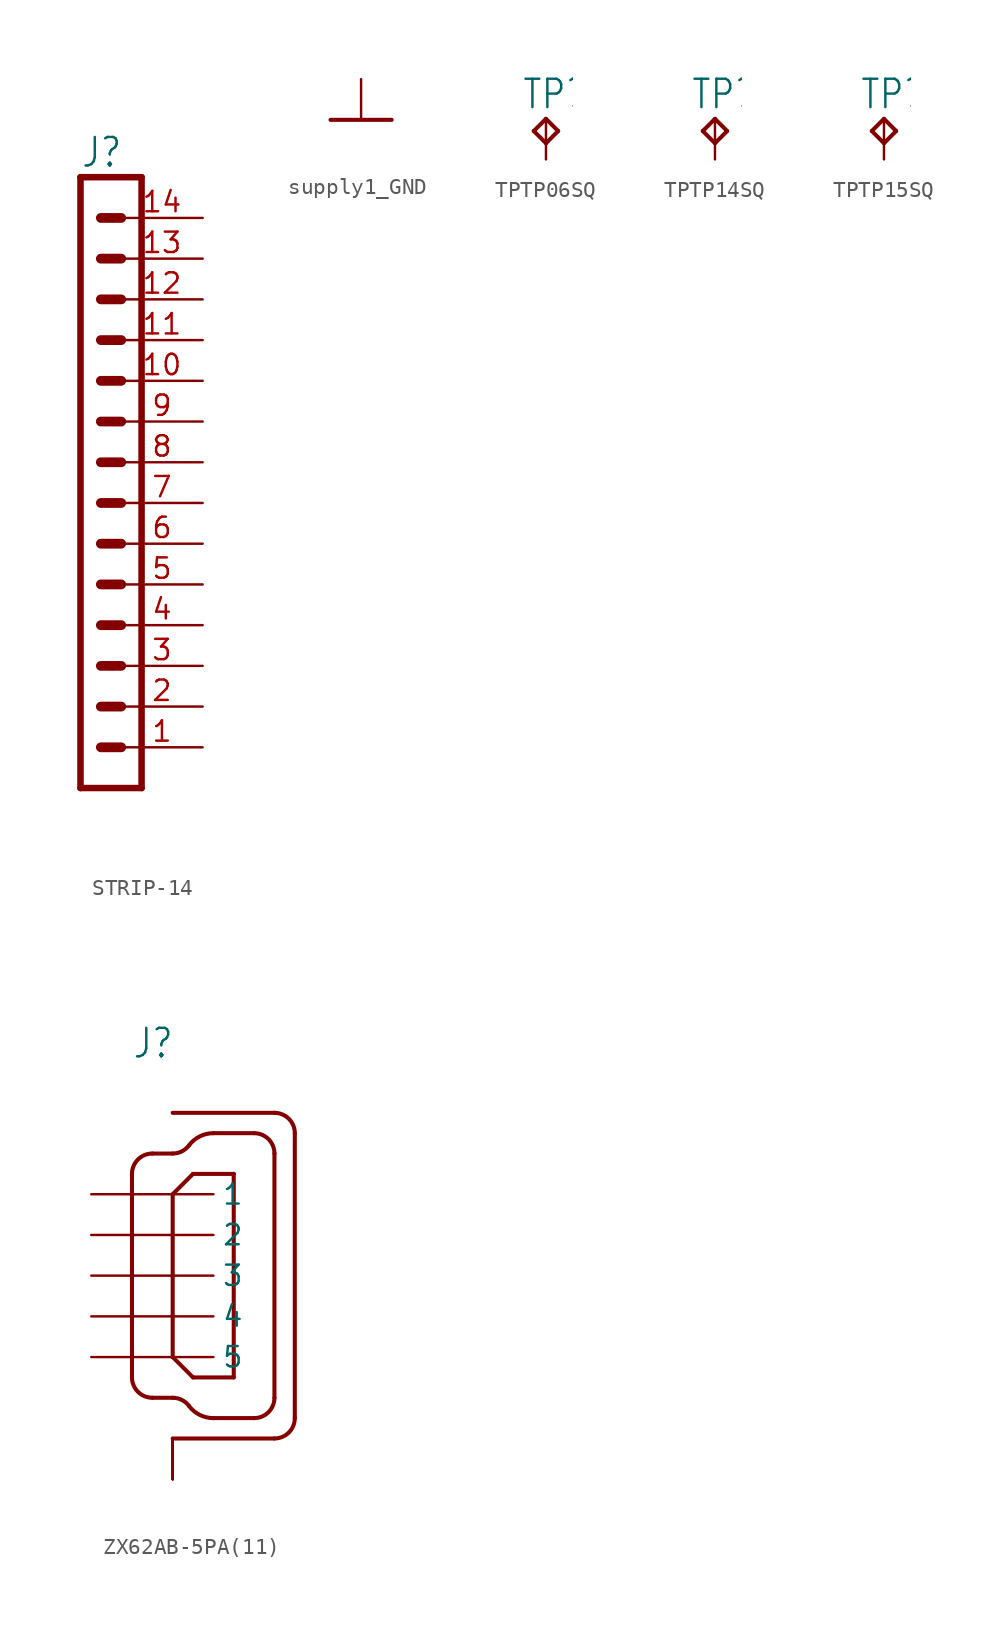
<source format=kicad_sym>
(kicad_symbol_lib
  (version 20231120)
  (generator "kicad_symbol_editor")
  (generator_version "8.0")
  (symbol "STRIP-14"
    (property "Reference" "J"
      (at 0 18.288 0)
      (effects (font (size 1.778 1.511)) (justify left bottom)))
    (property "Value" ""
      (at 0 -20.828 0)
      (effects (font (size 1.778 1.511)) (justify left top)))
    (property "ki_locked" ""
      (at 0 0 0)
      (effects (font (size 1.27 1.27))))
    (symbol "STRIP-14_1_0"
      (polyline (pts (xy 0 17.78) (xy 0 -20.32)) (stroke (width 0.406) (type solid)) (fill (type none)))
      (polyline (pts (xy 0 17.78) (xy 3.81 17.78)) (stroke (width 0.406) (type solid)) (fill (type none)))
      (polyline (pts (xy 1.27 -17.78) (xy 2.54 -17.78)) (stroke (width 0.61) (type solid)) (fill (type none)))
      (polyline (pts (xy 1.27 -15.24) (xy 2.54 -15.24)) (stroke (width 0.61) (type solid)) (fill (type none)))
      (polyline (pts (xy 1.27 -12.7) (xy 2.54 -12.7)) (stroke (width 0.61) (type solid)) (fill (type none)))
      (polyline (pts (xy 1.27 -10.16) (xy 2.54 -10.16)) (stroke (width 0.61) (type solid)) (fill (type none)))
      (polyline (pts (xy 1.27 -7.62) (xy 2.54 -7.62)) (stroke (width 0.61) (type solid)) (fill (type none)))
      (polyline (pts (xy 1.27 -5.08) (xy 2.54 -5.08)) (stroke (width 0.61) (type solid)) (fill (type none)))
      (polyline (pts (xy 1.27 -2.54) (xy 2.54 -2.54)) (stroke (width 0.61) (type solid)) (fill (type none)))
      (polyline (pts (xy 1.27 0) (xy 2.54 0)) (stroke (width 0.61) (type solid)) (fill (type none)))
      (polyline (pts (xy 1.27 2.54) (xy 2.54 2.54)) (stroke (width 0.61) (type solid)) (fill (type none)))
      (polyline (pts (xy 1.27 5.08) (xy 2.54 5.08)) (stroke (width 0.61) (type solid)) (fill (type none)))
      (polyline (pts (xy 1.27 7.62) (xy 2.54 7.62)) (stroke (width 0.61) (type solid)) (fill (type none)))
      (polyline (pts (xy 1.27 10.16) (xy 2.54 10.16)) (stroke (width 0.61) (type solid)) (fill (type none)))
      (polyline (pts (xy 1.27 12.7) (xy 2.54 12.7)) (stroke (width 0.61) (type solid)) (fill (type none)))
      (polyline (pts (xy 1.27 15.24) (xy 2.54 15.24)) (stroke (width 0.61) (type solid)) (fill (type none)))
      (polyline (pts (xy 3.81 -20.32) (xy 0 -20.32)) (stroke (width 0.406) (type solid)) (fill (type none)))
      (polyline (pts (xy 3.81 -20.32) (xy 3.81 17.78)) (stroke (width 0.406) (type solid)) (fill (type none)))
      (pin passive line (at 7.62 -17.78 180) (length 5.08) (name "1" (effects (font (size 0 0)))) (number "1" (effects (font (size 1.27 1.27)))))
      (pin passive line (at 7.62 5.08 180) (length 5.08) (name "10" (effects (font (size 0 0)))) (number "10" (effects (font (size 1.27 1.27)))))
      (pin passive line (at 7.62 7.62 180) (length 5.08) (name "11" (effects (font (size 0 0)))) (number "11" (effects (font (size 1.27 1.27)))))
      (pin passive line (at 7.62 10.16 180) (length 5.08) (name "12" (effects (font (size 0 0)))) (number "12" (effects (font (size 1.27 1.27)))))
      (pin passive line (at 7.62 12.7 180) (length 5.08) (name "13" (effects (font (size 0 0)))) (number "13" (effects (font (size 1.27 1.27)))))
      (pin passive line (at 7.62 15.24 180) (length 5.08) (name "14" (effects (font (size 0 0)))) (number "14" (effects (font (size 1.27 1.27)))))
      (pin passive line (at 7.62 -15.24 180) (length 5.08) (name "2" (effects (font (size 0 0)))) (number "2" (effects (font (size 1.27 1.27)))))
      (pin passive line (at 7.62 -12.7 180) (length 5.08) (name "3" (effects (font (size 0 0)))) (number "3" (effects (font (size 1.27 1.27)))))
      (pin passive line (at 7.62 -10.16 180) (length 5.08) (name "4" (effects (font (size 0 0)))) (number "4" (effects (font (size 1.27 1.27)))))
      (pin passive line (at 7.62 -7.62 180) (length 5.08) (name "5" (effects (font (size 0 0)))) (number "5" (effects (font (size 1.27 1.27)))))
      (pin passive line (at 7.62 -5.08 180) (length 5.08) (name "6" (effects (font (size 0 0)))) (number "6" (effects (font (size 1.27 1.27)))))
      (pin passive line (at 7.62 -2.54 180) (length 5.08) (name "7" (effects (font (size 0 0)))) (number "7" (effects (font (size 1.27 1.27)))))
      (pin passive line (at 7.62 0 180) (length 5.08) (name "8" (effects (font (size 0 0)))) (number "8" (effects (font (size 1.27 1.27)))))
      (pin passive line (at 7.62 2.54 180) (length 5.08) (name "9" (effects (font (size 0 0)))) (number "9" (effects (font (size 1.27 1.27)))))))
  (symbol "supply1_GND"
    (power)
    (property "Reference" "#GND"
      (at 0 0 0)
      (effects (font (size 1.27 1.27)) (hide yes)))
    (property "Value" ""
      (at -2.54 -2.54 0)
      (effects (font (size 1.778 1.511)) (justify left bottom)))
    (property "ki_locked" ""
      (at 0 0 0)
      (effects (font (size 1.27 1.27))))
    (symbol "supply1_GND_1_0"
      (polyline (pts (xy -1.905 0) (xy 1.905 0)) (stroke (width 0.254) (type solid)) (fill (type none)))
      (pin power_in line (at 0 2.54 270) (length 2.54) (name "GND" (effects (font (size 0 0)))) (number "1" (effects (font (size 0 0)))))))
  (symbol "TPTP06SQ"
    (property "Reference" "TP"
      (at -1.524 0.508 0)
      (effects (font (size 1.778 1.511)) (justify left bottom)))
    (property "ki_locked" ""
      (at 0 0 0)
      (effects (font (size 1.27 1.27))))
    (symbol "TPTP06SQ_1_0"
      (polyline (pts (xy -0.762 -0.762) (xy 0 0)) (stroke (width 0.254) (type solid)) (fill (type none)))
      (polyline (pts (xy 0 -1.524) (xy -0.762 -0.762)) (stroke (width 0.254) (type solid)) (fill (type none)))
      (polyline (pts (xy 0 0) (xy 0.762 -0.762)) (stroke (width 0.254) (type solid)) (fill (type none)))
      (polyline (pts (xy 0.762 -0.762) (xy 0 -1.524)) (stroke (width 0.254) (type solid)) (fill (type none)))
      (pin input line (at 0 -2.54 90) (length 2.54) (name "TP" (effects (font (size 0 0)))) (number "TP" (effects (font (size 0 0)))))))
  (symbol "TPTP14SQ"
    (property "Reference" "TP"
      (at -1.524 0.508 0)
      (effects (font (size 1.778 1.511)) (justify left bottom)))
    (property "ki_locked" ""
      (at 0 0 0)
      (effects (font (size 1.27 1.27))))
    (symbol "TPTP14SQ_1_0"
      (polyline (pts (xy -0.762 -0.762) (xy 0 0)) (stroke (width 0.254) (type solid)) (fill (type none)))
      (polyline (pts (xy 0 -1.524) (xy -0.762 -0.762)) (stroke (width 0.254) (type solid)) (fill (type none)))
      (polyline (pts (xy 0 0) (xy 0.762 -0.762)) (stroke (width 0.254) (type solid)) (fill (type none)))
      (polyline (pts (xy 0.762 -0.762) (xy 0 -1.524)) (stroke (width 0.254) (type solid)) (fill (type none)))
      (pin input line (at 0 -2.54 90) (length 2.54) (name "TP" (effects (font (size 0 0)))) (number "TP" (effects (font (size 0 0)))))))
  (symbol "TPTP15SQ"
    (property "Reference" "TP"
      (at -1.524 0.508 0)
      (effects (font (size 1.778 1.511)) (justify left bottom)))
    (property "ki_locked" ""
      (at 0 0 0)
      (effects (font (size 1.27 1.27))))
    (symbol "TPTP15SQ_1_0"
      (polyline (pts (xy -0.762 -0.762) (xy 0 0)) (stroke (width 0.254) (type solid)) (fill (type none)))
      (polyline (pts (xy 0 -1.524) (xy -0.762 -0.762)) (stroke (width 0.254) (type solid)) (fill (type none)))
      (polyline (pts (xy 0 0) (xy 0.762 -0.762)) (stroke (width 0.254) (type solid)) (fill (type none)))
      (polyline (pts (xy 0.762 -0.762) (xy 0 -1.524)) (stroke (width 0.254) (type solid)) (fill (type none)))
      (pin input line (at 0 -2.54 90) (length 2.54) (name "TP" (effects (font (size 0 0)))) (number "TP" (effects (font (size 0 0)))))))
  (symbol "ZX62AB-5PA(11)"
    (property "Reference" "J"
      (at -2.54 13.462 0)
      (effects (font (size 1.778 1.511)) (justify left bottom)))
    (property "Value" ""
      (at -2.54 11.176 0)
      (effects (font (size 1.778 1.511)) (justify left bottom)))
    (property "ki_locked" ""
      (at 0 0 0)
      (effects (font (size 1.27 1.27))))
    (symbol "ZX62AB-5PA(11)_1_0"
      (arc (start -2.54 -6.35) (mid -2.168 -7.248) (end -1.27 -7.62) (stroke (width 0.254) (type solid)) (fill (type none)))
      (arc (start -1.27 7.62) (mid -2.168 7.248) (end -2.54 6.35) (stroke (width 0.254) (type solid)) (fill (type none)))
      (polyline (pts (xy -2.54 6.35) (xy -2.54 -6.35)) (stroke (width 0.254) (type solid)) (fill (type none)))
      (polyline (pts (xy -1.27 -7.62) (xy 0 -7.62)) (stroke (width 0.254) (type solid)) (fill (type none)))
      (polyline (pts (xy -1.27 7.62) (xy 0 7.62)) (stroke (width 0.254) (type solid)) (fill (type none)))
      (polyline (pts (xy 0 -10.16) (xy 6.35 -10.16)) (stroke (width 0.254) (type solid)) (fill (type none)))
      (polyline (pts (xy 0 -5.08) (xy 1.27 -6.35)) (stroke (width 0.254) (type solid)) (fill (type none)))
      (polyline (pts (xy 0 5.08) (xy 0 -5.08)) (stroke (width 0.254) (type solid)) (fill (type none)))
      (polyline (pts (xy 0 10.16) (xy 6.35 10.16)) (stroke (width 0.254) (type solid)) (fill (type none)))
      (polyline (pts (xy 1.27 -6.35) (xy 3.81 -6.35)) (stroke (width 0.254) (type solid)) (fill (type none)))
      (polyline (pts (xy 1.27 6.35) (xy 0 5.08)) (stroke (width 0.254) (type solid)) (fill (type none)))
      (polyline (pts (xy 2.54 -8.89) (xy 5.08 -8.89)) (stroke (width 0.254) (type solid)) (fill (type none)))
      (polyline (pts (xy 2.54 8.89) (xy 5.08 8.89)) (stroke (width 0.254) (type solid)) (fill (type none)))
      (polyline (pts (xy 3.81 -6.35) (xy 3.81 6.35)) (stroke (width 0.254) (type solid)) (fill (type none)))
      (polyline (pts (xy 3.81 6.35) (xy 1.27 6.35)) (stroke (width 0.254) (type solid)) (fill (type none)))
      (polyline (pts (xy 6.35 -7.62) (xy 6.35 7.62)) (stroke (width 0.254) (type solid)) (fill (type none)))
      (polyline (pts (xy 7.62 -8.89) (xy 7.62 8.89)) (stroke (width 0.254) (type solid)) (fill (type none)))
      (arc (start 0 7.62) (mid 0.568 7.7541) (end 1.016 8.128) (stroke (width 0.254) (type solid)) (fill (type none)))
      (arc (start 1.016 -8.128) (mid 0.568 -7.7541) (end 0 -7.62) (stroke (width 0.254) (type solid)) (fill (type none)))
      (arc (start 1.016 -8.128) (mid 1.6881 -8.6889) (end 2.5401 -8.89) (stroke (width 0.254) (type solid)) (fill (type none)))
      (arc (start 2.5401 8.89) (mid 1.6881 8.6889) (end 1.016 8.128) (stroke (width 0.254) (type solid)) (fill (type none)))
      (arc (start 5.08 -8.89) (mid 5.978 -8.518) (end 6.35 -7.62) (stroke (width 0.254) (type solid)) (fill (type none)))
      (arc (start 6.35 -10.16) (mid 7.248 -9.788) (end 7.62 -8.89) (stroke (width 0.254) (type solid)) (fill (type none)))
      (arc (start 6.35 7.62) (mid 5.978 8.518) (end 5.08 8.89) (stroke (width 0.254) (type solid)) (fill (type none)))
      (arc (start 7.62 8.89) (mid 7.248 9.788) (end 6.35 10.16) (stroke (width 0.254) (type solid)) (fill (type none)))
      (pin passive line (at -5.08 5.08 0) (length 7.62) (name "1" (effects (font (size 1.27 1.27)))) (number "1" (effects (font (size 0 0)))))
      (pin passive line (at 0 -12.7 90) (length 2.54) (name "SH" (effects (font (size 0 0)))) (number "10" (effects (font (size 0 0)))))
      (pin passive line (at 0 -12.7 90) (length 2.54) (name "SH" (effects (font (size 0 0)))) (number "11" (effects (font (size 0 0)))))
      (pin passive line (at -5.08 2.54 0) (length 7.62) (name "2" (effects (font (size 1.27 1.27)))) (number "2" (effects (font (size 0 0)))))
      (pin passive line (at -5.08 0 0) (length 7.62) (name "3" (effects (font (size 1.27 1.27)))) (number "3" (effects (font (size 0 0)))))
      (pin passive line (at -5.08 -2.54 0) (length 7.62) (name "4" (effects (font (size 1.27 1.27)))) (number "4" (effects (font (size 0 0)))))
      (pin passive line (at -5.08 -5.08 0) (length 7.62) (name "5" (effects (font (size 1.27 1.27)))) (number "5" (effects (font (size 0 0)))))
      (pin passive line (at 0 -12.7 90) (length 2.54) (name "SH" (effects (font (size 0 0)))) (number "6" (effects (font (size 0 0)))))
      (pin passive line (at 0 -12.7 90) (length 2.54) (name "SH" (effects (font (size 0 0)))) (number "7" (effects (font (size 0 0)))))
      (pin passive line (at 0 -12.7 90) (length 2.54) (name "SH" (effects (font (size 0 0)))) (number "8" (effects (font (size 0 0)))))
      (pin passive line (at 0 -12.7 90) (length 2.54) (name "SH" (effects (font (size 0 0)))) (number "9" (effects (font (size 0 0))))))))
</source>
